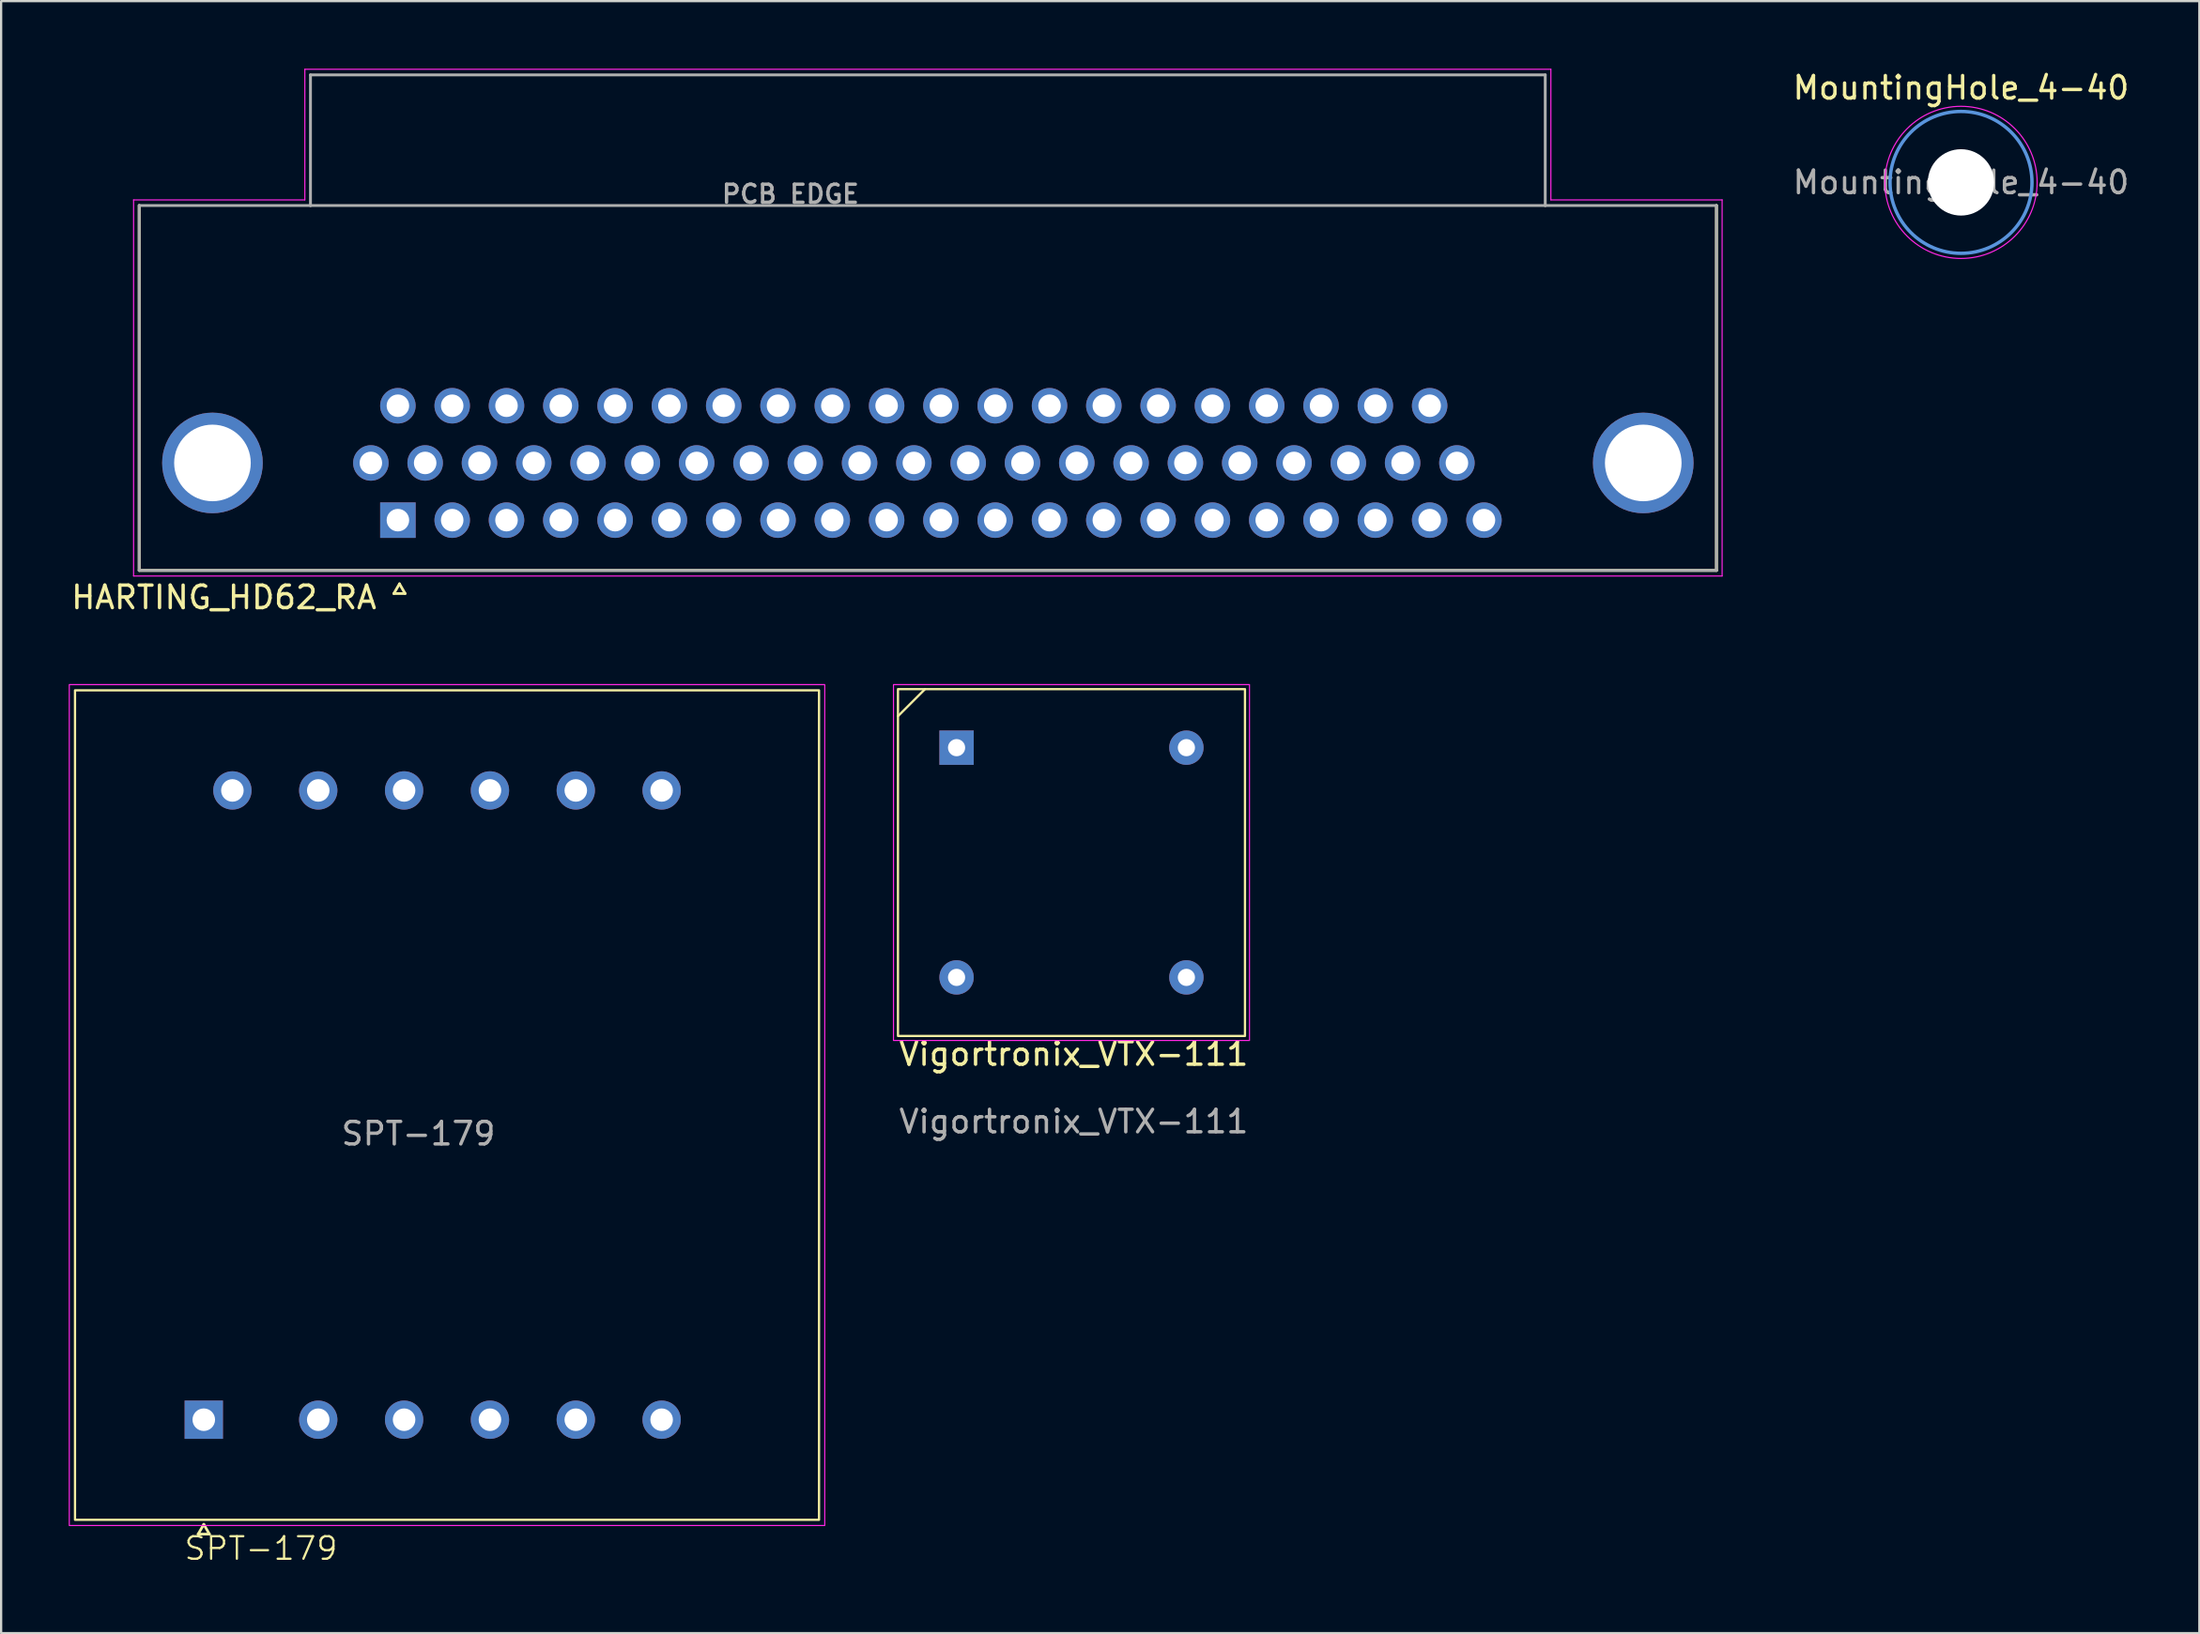
<source format=kicad_pcb>
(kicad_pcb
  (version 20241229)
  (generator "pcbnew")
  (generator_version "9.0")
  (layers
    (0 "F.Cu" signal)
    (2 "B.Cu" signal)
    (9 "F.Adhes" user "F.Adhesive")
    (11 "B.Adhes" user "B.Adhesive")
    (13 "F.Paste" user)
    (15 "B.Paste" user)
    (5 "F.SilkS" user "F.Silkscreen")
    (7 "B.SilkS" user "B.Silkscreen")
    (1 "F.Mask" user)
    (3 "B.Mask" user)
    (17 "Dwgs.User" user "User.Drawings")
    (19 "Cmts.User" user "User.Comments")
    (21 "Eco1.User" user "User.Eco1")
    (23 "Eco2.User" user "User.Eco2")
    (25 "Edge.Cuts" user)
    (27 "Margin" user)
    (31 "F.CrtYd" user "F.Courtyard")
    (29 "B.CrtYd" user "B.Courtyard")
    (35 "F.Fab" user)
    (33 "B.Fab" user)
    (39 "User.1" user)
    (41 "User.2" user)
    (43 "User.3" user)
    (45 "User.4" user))
  (footprint "HARTING_HD62_RA"
    (layer "F.Cu")
    (at 14.609 20.045)
    (property "Reference" "HARTING_HD62_RA" (at -7.722 3.429 0) (layer "F.SilkS") (effects (font (size 1 1) (thickness 0.15))))
    (attr through_hole)
    (fp_line (start -11.48 -13.97) (end -11.48 2.23) (stroke (width 0.127) (type solid)) (layer "F.SilkS"))
    (fp_line (start -11.48 2.23) (end 58.52 2.23) (stroke (width 0.127) (type solid)) (layer "F.SilkS"))
    (fp_line (start -0.18 3.26) (end 0.07 2.827) (stroke (width 0.12) (type solid)) (layer "F.SilkS"))
    (fp_line (start 0.07 2.827) (end 0.32 3.26) (stroke (width 0.12) (type solid)) (layer "F.SilkS"))
    (fp_line (start 0.32 3.26) (end -0.18 3.26) (stroke (width 0.12) (type solid)) (layer "F.SilkS"))
    (fp_line (start 58.52 2.23) (end 58.52 -13.97) (stroke (width 0.127) (type solid)) (layer "F.SilkS"))
    (fp_line (start -11.73 -14.22) (end -4.13 -14.22) (stroke (width 0.05) (type solid)) (layer "F.CrtYd"))
    (fp_line (start -11.73 2.48) (end -11.73 -14.22) (stroke (width 0.05) (type solid)) (layer "F.CrtYd"))
    (fp_line (start -4.13 -20.02) (end 51.17 -20.02) (stroke (width 0.05) (type solid)) (layer "F.CrtYd"))
    (fp_line (start -4.13 -14.22) (end -4.13 -20.02) (stroke (width 0.05) (type solid)) (layer "F.CrtYd"))
    (fp_line (start 51.17 -20.02) (end 51.17 -14.22) (stroke (width 0.05) (type solid)) (layer "F.CrtYd"))
    (fp_line (start 51.17 -14.22) (end 58.77 -14.22) (stroke (width 0.05) (type solid)) (layer "F.CrtYd"))
    (fp_line (start 58.77 -14.22) (end 58.77 2.48) (stroke (width 0.05) (type solid)) (layer "F.CrtYd"))
    (fp_line (start 58.77 2.48) (end -11.73 2.48) (stroke (width 0.05) (type solid)) (layer "F.CrtYd"))
    (fp_line (start -11.48 -13.97) (end -11.48 2.23) (stroke (width 0.127) (type solid)) (layer "F.Fab"))
    (fp_line (start -11.48 2.23) (end 58.52 2.23) (stroke (width 0.127) (type solid)) (layer "F.Fab"))
    (fp_line (start -3.88 -19.77) (end 50.92 -19.77) (stroke (width 0.127) (type solid)) (layer "F.Fab"))
    (fp_line (start -3.88 -13.97) (end -11.48 -13.97) (stroke (width 0.127) (type solid)) (layer "F.Fab"))
    (fp_line (start -3.88 -13.97) (end -3.88 -19.77) (stroke (width 0.127) (type solid)) (layer "F.Fab"))
    (fp_line (start 50.92 -19.77) (end 50.92 -13.97) (stroke (width 0.127) (type solid)) (layer "F.Fab"))
    (fp_line (start 50.92 -13.97) (end -3.88 -13.97) (stroke (width 0.127) (type solid)) (layer "F.Fab"))
    (fp_line (start 58.52 -13.97) (end 50.92 -13.97) (stroke (width 0.127) (type solid)) (layer "F.Fab"))
    (fp_line (start 58.52 2.23) (end 58.52 -13.97) (stroke (width 0.127) (type solid)) (layer "F.Fab"))
    (fp_text user "PCB EDGE" (at 17.424 -14.478 0) (layer "F.Fab") (effects (font (size 0.8 0.8) (thickness 0.15))))
    (pad "1" thru_hole rect (at 0 0) (size 1.575 1.575) (drill 1) (layers "*.Cu" "*.Mask"))
    (pad "2" thru_hole circle (at 2.41 0) (size 1.575 1.575) (drill 1) (layers "*.Cu" "*.Mask"))
    (pad "3" thru_hole circle (at 4.82 0) (size 1.575 1.575) (drill 1) (layers "*.Cu" "*.Mask"))
    (pad "4" thru_hole circle (at 7.23 0) (size 1.575 1.575) (drill 1) (layers "*.Cu" "*.Mask"))
    (pad "5" thru_hole circle (at 9.64 0) (size 1.575 1.575) (drill 1) (layers "*.Cu" "*.Mask"))
    (pad "6" thru_hole circle (at 12.05 0) (size 1.575 1.575) (drill 1) (layers "*.Cu" "*.Mask"))
    (pad "7" thru_hole circle (at 14.46 0) (size 1.575 1.575) (drill 1) (layers "*.Cu" "*.Mask"))
    (pad "8" thru_hole circle (at 16.87 0) (size 1.575 1.575) (drill 1) (layers "*.Cu" "*.Mask"))
    (pad "9" thru_hole circle (at 19.28 0) (size 1.575 1.575) (drill 1) (layers "*.Cu" "*.Mask"))
    (pad "10" thru_hole circle (at 21.69 0) (size 1.575 1.575) (drill 1) (layers "*.Cu" "*.Mask"))
    (pad "11" thru_hole circle (at 24.1 0) (size 1.575 1.575) (drill 1) (layers "*.Cu" "*.Mask"))
    (pad "12" thru_hole circle (at 26.51 0) (size 1.575 1.575) (drill 1) (layers "*.Cu" "*.Mask"))
    (pad "13" thru_hole circle (at 28.92 0) (size 1.575 1.575) (drill 1) (layers "*.Cu" "*.Mask"))
    (pad "14" thru_hole circle (at 31.33 0) (size 1.575 1.575) (drill 1) (layers "*.Cu" "*.Mask"))
    (pad "15" thru_hole circle (at 33.74 0) (size 1.575 1.575) (drill 1) (layers "*.Cu" "*.Mask"))
    (pad "16" thru_hole circle (at 36.15 0) (size 1.575 1.575) (drill 1) (layers "*.Cu" "*.Mask"))
    (pad "17" thru_hole circle (at 38.56 0) (size 1.575 1.575) (drill 1) (layers "*.Cu" "*.Mask"))
    (pad "18" thru_hole circle (at 40.97 0) (size 1.575 1.575) (drill 1) (layers "*.Cu" "*.Mask"))
    (pad "19" thru_hole circle (at 43.38 0) (size 1.575 1.575) (drill 1) (layers "*.Cu" "*.Mask"))
    (pad "20" thru_hole circle (at 45.79 0) (size 1.575 1.575) (drill 1) (layers "*.Cu" "*.Mask"))
    (pad "21" thru_hole circle (at 48.2 0) (size 1.575 1.575) (drill 1) (layers "*.Cu" "*.Mask"))
    (pad "22" thru_hole circle (at -1.2 -2.54) (size 1.575 1.575) (drill 1) (layers "*.Cu" "*.Mask"))
    (pad "23" thru_hole circle (at 1.21 -2.54) (size 1.575 1.575) (drill 1) (layers "*.Cu" "*.Mask"))
    (pad "24" thru_hole circle (at 3.62 -2.54) (size 1.575 1.575) (drill 1) (layers "*.Cu" "*.Mask"))
    (pad "25" thru_hole circle (at 6.03 -2.54) (size 1.575 1.575) (drill 1) (layers "*.Cu" "*.Mask"))
    (pad "26" thru_hole circle (at 8.44 -2.54) (size 1.575 1.575) (drill 1) (layers "*.Cu" "*.Mask"))
    (pad "27" thru_hole circle (at 10.85 -2.54) (size 1.575 1.575) (drill 1) (layers "*.Cu" "*.Mask"))
    (pad "28" thru_hole circle (at 13.26 -2.54) (size 1.575 1.575) (drill 1) (layers "*.Cu" "*.Mask"))
    (pad "29" thru_hole circle (at 15.67 -2.54) (size 1.575 1.575) (drill 1) (layers "*.Cu" "*.Mask"))
    (pad "30" thru_hole circle (at 18.08 -2.54) (size 1.575 1.575) (drill 1) (layers "*.Cu" "*.Mask"))
    (pad "31" thru_hole circle (at 20.49 -2.54) (size 1.575 1.575) (drill 1) (layers "*.Cu" "*.Mask"))
    (pad "32" thru_hole circle (at 22.9 -2.54) (size 1.575 1.575) (drill 1) (layers "*.Cu" "*.Mask"))
    (pad "33" thru_hole circle (at 25.31 -2.54) (size 1.575 1.575) (drill 1) (layers "*.Cu" "*.Mask"))
    (pad "34" thru_hole circle (at 27.72 -2.54) (size 1.575 1.575) (drill 1) (layers "*.Cu" "*.Mask"))
    (pad "35" thru_hole circle (at 30.13 -2.54) (size 1.575 1.575) (drill 1) (layers "*.Cu" "*.Mask"))
    (pad "36" thru_hole circle (at 32.54 -2.54) (size 1.575 1.575) (drill 1) (layers "*.Cu" "*.Mask"))
    (pad "37" thru_hole circle (at 34.95 -2.54) (size 1.575 1.575) (drill 1) (layers "*.Cu" "*.Mask"))
    (pad "38" thru_hole circle (at 37.36 -2.54) (size 1.575 1.575) (drill 1) (layers "*.Cu" "*.Mask"))
    (pad "39" thru_hole circle (at 39.77 -2.54) (size 1.575 1.575) (drill 1) (layers "*.Cu" "*.Mask"))
    (pad "40" thru_hole circle (at 42.18 -2.54) (size 1.575 1.575) (drill 1) (layers "*.Cu" "*.Mask"))
    (pad "41" thru_hole circle (at 44.59 -2.54) (size 1.575 1.575) (drill 1) (layers "*.Cu" "*.Mask"))
    (pad "42" thru_hole circle (at 47 -2.54) (size 1.575 1.575) (drill 1) (layers "*.Cu" "*.Mask"))
    (pad "43" thru_hole circle (at 0 -5.08) (size 1.575 1.575) (drill 1) (layers "*.Cu" "*.Mask"))
    (pad "44" thru_hole circle (at 2.41 -5.08) (size 1.575 1.575) (drill 1) (layers "*.Cu" "*.Mask"))
    (pad "45" thru_hole circle (at 4.82 -5.08) (size 1.575 1.575) (drill 1) (layers "*.Cu" "*.Mask"))
    (pad "46" thru_hole circle (at 7.23 -5.08) (size 1.575 1.575) (drill 1) (layers "*.Cu" "*.Mask"))
    (pad "47" thru_hole circle (at 9.64 -5.08) (size 1.575 1.575) (drill 1) (layers "*.Cu" "*.Mask"))
    (pad "48" thru_hole circle (at 12.05 -5.08) (size 1.575 1.575) (drill 1) (layers "*.Cu" "*.Mask"))
    (pad "49" thru_hole circle (at 14.46 -5.08) (size 1.575 1.575) (drill 1) (layers "*.Cu" "*.Mask"))
    (pad "50" thru_hole circle (at 16.87 -5.08) (size 1.575 1.575) (drill 1) (layers "*.Cu" "*.Mask"))
    (pad "51" thru_hole circle (at 19.28 -5.08) (size 1.575 1.575) (drill 1) (layers "*.Cu" "*.Mask"))
    (pad "52" thru_hole circle (at 21.69 -5.08) (size 1.575 1.575) (drill 1) (layers "*.Cu" "*.Mask"))
    (pad "53" thru_hole circle (at 24.1 -5.08) (size 1.575 1.575) (drill 1) (layers "*.Cu" "*.Mask"))
    (pad "54" thru_hole circle (at 26.51 -5.08) (size 1.575 1.575) (drill 1) (layers "*.Cu" "*.Mask"))
    (pad "55" thru_hole circle (at 28.92 -5.08) (size 1.575 1.575) (drill 1) (layers "*.Cu" "*.Mask"))
    (pad "56" thru_hole circle (at 31.33 -5.08) (size 1.575 1.575) (drill 1) (layers "*.Cu" "*.Mask"))
    (pad "57" thru_hole circle (at 33.74 -5.08) (size 1.575 1.575) (drill 1) (layers "*.Cu" "*.Mask"))
    (pad "58" thru_hole circle (at 36.15 -5.08) (size 1.575 1.575) (drill 1) (layers "*.Cu" "*.Mask"))
    (pad "59" thru_hole circle (at 38.56 -5.08) (size 1.575 1.575) (drill 1) (layers "*.Cu" "*.Mask"))
    (pad "60" thru_hole circle (at 40.97 -5.08) (size 1.575 1.575) (drill 1) (layers "*.Cu" "*.Mask"))
    (pad "61" thru_hole circle (at 43.38 -5.08) (size 1.575 1.575) (drill 1) (layers "*.Cu" "*.Mask"))
    (pad "62" thru_hole circle (at 45.79 -5.08) (size 1.575 1.575) (drill 1) (layers "*.Cu" "*.Mask"))
    (pad "P1" thru_hole circle (at -8.23 -2.54) (size 4.466 4.466) (drill 3.4) (layers "*.Cu" "*.Mask"))
    (pad "P2" thru_hole circle (at 55.27 -2.54) (size 4.466 4.466) (drill 3.4) (layers "*.Cu" "*.Mask")))
  (footprint "MountingHole_4-40"
    (layer "F.Cu")
    (at 83.981 5.048)
    (property "Reference" "MountingHole_4-40" (at 0 -4.2 0) (layer "F.SilkS") (effects (font (size 1 1) (thickness 0.15))))
    (attr exclude_from_pos_files exclude_from_bom)
    (fp_circle (center 0 0) (end 3.15 0) (stroke (width 0.15) (type solid)) (fill no) (layer "Cmts.User"))
    (fp_circle (center 0 0) (end 3.378 0) (stroke (width 0.05) (type solid)) (fill no) (layer "F.CrtYd"))
    (fp_text user "${REFERENCE}" (at 0 0 0) (layer "F.Fab") (effects (font (size 1 1) (thickness 0.15))))
    (pad "" np_thru_hole circle (at 0 0) (size 2.946 2.946) (drill 2.946) (layers "*.Cu" "*.Mask")))
  (footprint "Vigortronix_VTX-111"
    (layer "F.Cu")
    (at 39.403 30.147)
    (property "Reference" "Vigortronix_VTX-111" (at 5.2 13.6 0) (unlocked yes) (layer "F.SilkS") (effects (font (size 1 1) (thickness 0.15))))
    (attr through_hole)
    (fp_line (start -1.4 -2.6) (end -2.6 -1.4) (stroke (width 0.1) (type default)) (layer "F.SilkS"))
    (fp_rect (start -2.6 -2.6) (end 12.8 12.8) (stroke (width 0.1) (type default)) (fill no) (layer "F.SilkS"))
    (fp_rect (start -2.8 -2.8) (end 13 13) (stroke (width 0.05) (type default)) (fill no) (layer "F.CrtYd"))
    (fp_text user "${REFERENCE}" (at 5.2 16.6 0) (unlocked yes) (layer "F.Fab") (effects (font (size 1 1) (thickness 0.15))))
    (pad "1" thru_hole rect (at 0 0) (size 1.524 1.524) (drill 0.762) (layers "*.Cu" "*.Mask"))
    (pad "2" thru_hole circle (at 0 10.2) (size 1.524 1.524) (drill 0.762) (layers "*.Cu" "*.Mask"))
    (pad "3" thru_hole circle (at 10.2 10.2) (size 1.524 1.524) (drill 0.762) (layers "*.Cu" "*.Mask"))
    (pad "4" thru_hole circle (at 10.2 0) (size 1.524 1.524) (drill 0.762) (layers "*.Cu" "*.Mask")))
  (footprint "SPT-179"
    (layer "F.Cu")
    (at 5.994 59.986)
    (property "Reference" "SPT-179" (at 2.54 5.715 0) (unlocked yes) (layer "F.SilkS") (effects (font (size 1 1) (thickness 0.1))))
    (attr through_hole)
    (fp_line (start -0.25 5.08) (end 0 4.647) (stroke (width 0.12) (type solid)) (layer "F.SilkS"))
    (fp_line (start 0 4.647) (end 0.25 5.08) (stroke (width 0.12) (type solid)) (layer "F.SilkS"))
    (fp_line (start 0.25 5.08) (end -0.25 5.08) (stroke (width 0.12) (type solid)) (layer "F.SilkS"))
    (fp_rect (start -5.715 -32.385) (end 27.305 4.445) (stroke (width 0.1) (type default)) (fill no) (layer "F.SilkS"))
    (fp_rect (start -5.969 -32.639) (end 27.559 4.699) (stroke (width 0.05) (type default)) (fill no) (layer "F.CrtYd"))
    (fp_text user "${REFERENCE}" (at 9.525 -12.7 0) (unlocked yes) (layer "F.Fab") (effects (font (size 1 1) (thickness 0.15))))
    (pad "1" thru_hole rect (at 0 0) (size 1.7 1.7) (drill 1) (layers "*.Cu" "*.Mask"))
    (pad "2" thru_hole circle (at 5.08 0) (size 1.7 1.7) (drill 1) (layers "*.Cu" "*.Mask"))
    (pad "3" thru_hole circle (at 8.89 0) (size 1.7 1.7) (drill 1) (layers "*.Cu" "*.Mask"))
    (pad "4" thru_hole circle (at 12.7 0) (size 1.7 1.7) (drill 1) (layers "*.Cu" "*.Mask"))
    (pad "5" thru_hole circle (at 16.51 0) (size 1.7 1.7) (drill 1) (layers "*.Cu" "*.Mask"))
    (pad "6" thru_hole circle (at 20.32 0) (size 1.7 1.7) (drill 1) (layers "*.Cu" "*.Mask"))
    (pad "7" thru_hole circle (at 1.27 -27.94) (size 1.7 1.7) (drill 1) (layers "*.Cu" "*.Mask"))
    (pad "8" thru_hole circle (at 5.08 -27.94) (size 1.7 1.7) (drill 1) (layers "*.Cu" "*.Mask"))
    (pad "9" thru_hole circle (at 8.89 -27.94) (size 1.7 1.7) (drill 1) (layers "*.Cu" "*.Mask"))
    (pad "10" thru_hole circle (at 12.7 -27.94) (size 1.7 1.7) (drill 1) (layers "*.Cu" "*.Mask"))
    (pad "11" thru_hole circle (at 16.51 -27.94) (size 1.7 1.7) (drill 1) (layers "*.Cu" "*.Mask"))
    (pad "12" thru_hole circle (at 20.32 -27.94) (size 1.7 1.7) (drill 1) (layers "*.Cu" "*.Mask")))
  (gr_rect
    (start -3 -3)
    (end 94.559 69.462)
    (stroke (width 0.1) (type default))
    (fill no)
    (layer "Edge.Cuts")))
</source>
